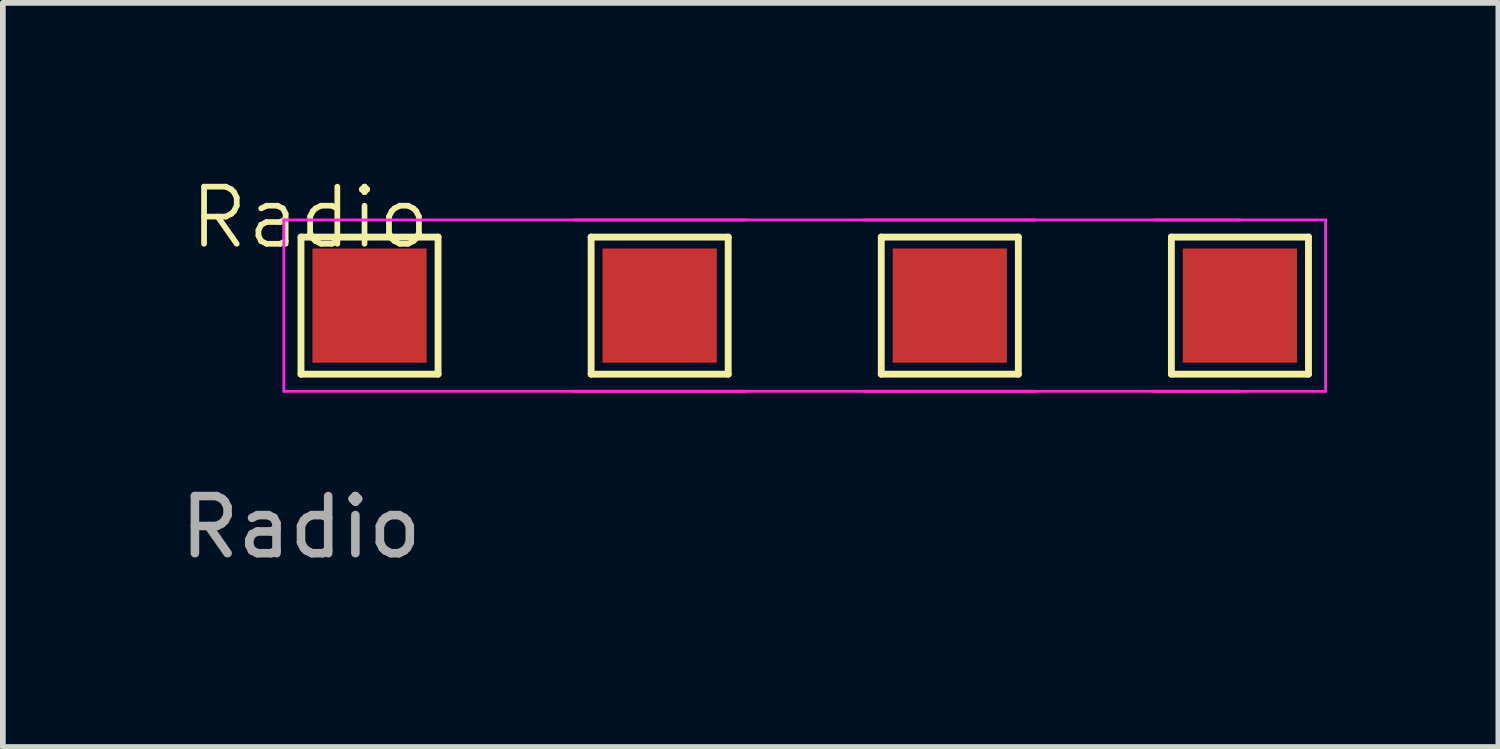
<source format=kicad_pcb>
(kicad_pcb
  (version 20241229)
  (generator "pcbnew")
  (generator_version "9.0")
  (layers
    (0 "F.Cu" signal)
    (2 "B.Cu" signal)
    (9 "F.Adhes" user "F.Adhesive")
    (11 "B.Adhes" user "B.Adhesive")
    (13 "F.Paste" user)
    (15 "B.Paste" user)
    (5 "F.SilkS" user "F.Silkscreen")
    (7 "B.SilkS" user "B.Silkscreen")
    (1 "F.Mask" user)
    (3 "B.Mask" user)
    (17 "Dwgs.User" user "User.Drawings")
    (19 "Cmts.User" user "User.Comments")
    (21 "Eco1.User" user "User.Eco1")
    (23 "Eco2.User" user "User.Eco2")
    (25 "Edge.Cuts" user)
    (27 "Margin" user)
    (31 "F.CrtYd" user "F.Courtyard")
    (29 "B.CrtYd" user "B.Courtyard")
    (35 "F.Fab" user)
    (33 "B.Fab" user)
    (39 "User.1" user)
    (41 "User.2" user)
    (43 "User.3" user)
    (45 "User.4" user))
  (footprint "Radio"
    (layer "F.Cu")
    (at 2.22 1.101)
    (property "Reference" "Radio" (at 0.16 -0.34 0) (unlocked yes) (layer "F.SilkS") (effects (font (size 1 1) (thickness 0.1))))
    (attr smd)
    (fp_line (start 0 0) (end 2.4 0) (stroke (width 0.12) (type solid)) (layer "F.SilkS"))
    (fp_line (start 0 2.4) (end 0 0) (stroke (width 0.12) (type solid)) (layer "F.SilkS"))
    (fp_line (start 2.4 0) (end 2.4 2.4) (stroke (width 0.12) (type solid)) (layer "F.SilkS"))
    (fp_line (start 2.4 2.4) (end 0 2.4) (stroke (width 0.12) (type solid)) (layer "F.SilkS"))
    (fp_line (start 5.08 0) (end 7.48 0) (stroke (width 0.12) (type solid)) (layer "F.SilkS"))
    (fp_line (start 5.08 2.4) (end 5.08 0) (stroke (width 0.12) (type solid)) (layer "F.SilkS"))
    (fp_line (start 7.48 0) (end 7.48 2.4) (stroke (width 0.12) (type solid)) (layer "F.SilkS"))
    (fp_line (start 7.48 2.4) (end 5.08 2.4) (stroke (width 0.12) (type solid)) (layer "F.SilkS"))
    (fp_line (start 10.16 0) (end 12.56 0) (stroke (width 0.12) (type solid)) (layer "F.SilkS"))
    (fp_line (start 10.16 2.4) (end 10.16 0) (stroke (width 0.12) (type solid)) (layer "F.SilkS"))
    (fp_line (start 12.56 0) (end 12.56 2.4) (stroke (width 0.12) (type solid)) (layer "F.SilkS"))
    (fp_line (start 12.56 2.4) (end 10.16 2.4) (stroke (width 0.12) (type solid)) (layer "F.SilkS"))
    (fp_line (start 15.24 0) (end 17.64 0) (stroke (width 0.12) (type solid)) (layer "F.SilkS"))
    (fp_line (start 15.24 2.4) (end 15.24 0) (stroke (width 0.12) (type solid)) (layer "F.SilkS"))
    (fp_line (start 17.64 0) (end 17.64 2.4) (stroke (width 0.12) (type solid)) (layer "F.SilkS"))
    (fp_line (start 17.64 2.4) (end 15.24 2.4) (stroke (width 0.12) (type solid)) (layer "F.SilkS"))
    (fp_line (start -0.3 -0.3) (end -0.3 2.7) (stroke (width 0.05) (type solid)) (layer "F.CrtYd"))
    (fp_line (start -0.3 -0.3) (end 16.44 -0.3) (stroke (width 0.05) (type solid)) (layer "F.CrtYd"))
    (fp_line (start 4.78 -0.3) (end 7.78 -0.3) (stroke (width 0.05) (type solid)) (layer "F.CrtYd"))
    (fp_line (start 7.78 2.7) (end 4.78 2.7) (stroke (width 0.05) (type solid)) (layer "F.CrtYd"))
    (fp_line (start 9.86 -0.3) (end 12.86 -0.3) (stroke (width 0.05) (type solid)) (layer "F.CrtYd"))
    (fp_line (start 12.86 2.7) (end 9.86 2.7) (stroke (width 0.05) (type solid)) (layer "F.CrtYd"))
    (fp_line (start 14.94 -0.3) (end 17.94 -0.3) (stroke (width 0.05) (type solid)) (layer "F.CrtYd"))
    (fp_line (start 16.44 2.7) (end -0.3 2.7) (stroke (width 0.05) (type solid)) (layer "F.CrtYd"))
    (fp_line (start 17.94 2.7) (end 14.94 2.7) (stroke (width 0.05) (type solid)) (layer "F.CrtYd"))
    (fp_line (start 17.94 2.7) (end 17.94 -0.3) (stroke (width 0.05) (type solid)) (layer "F.CrtYd"))
    (fp_text user "${REFERENCE}" (at 0 5.08 0) (unlocked yes) (layer "F.Fab") (effects (font (size 1 1) (thickness 0.15))))
    (pad "1" smd rect (at 1.2 1.2) (size 2 2) (layers "F.Cu" "F.Mask"))
    (pad "2" smd rect (at 6.28 1.2) (size 2 2) (layers "F.Cu" "F.Mask"))
    (pad "3" smd rect (at 11.36 1.2) (size 2 2) (layers "F.Cu" "F.Mask"))
    (pad "4" smd rect (at 16.44 1.2) (size 2 2) (layers "F.Cu" "F.Mask")))
  (gr_rect
    (start -3 -3)
    (end 23.185 10.029)
    (stroke (width 0.1) (type default))
    (fill no)
    (layer "Edge.Cuts")))
</source>
